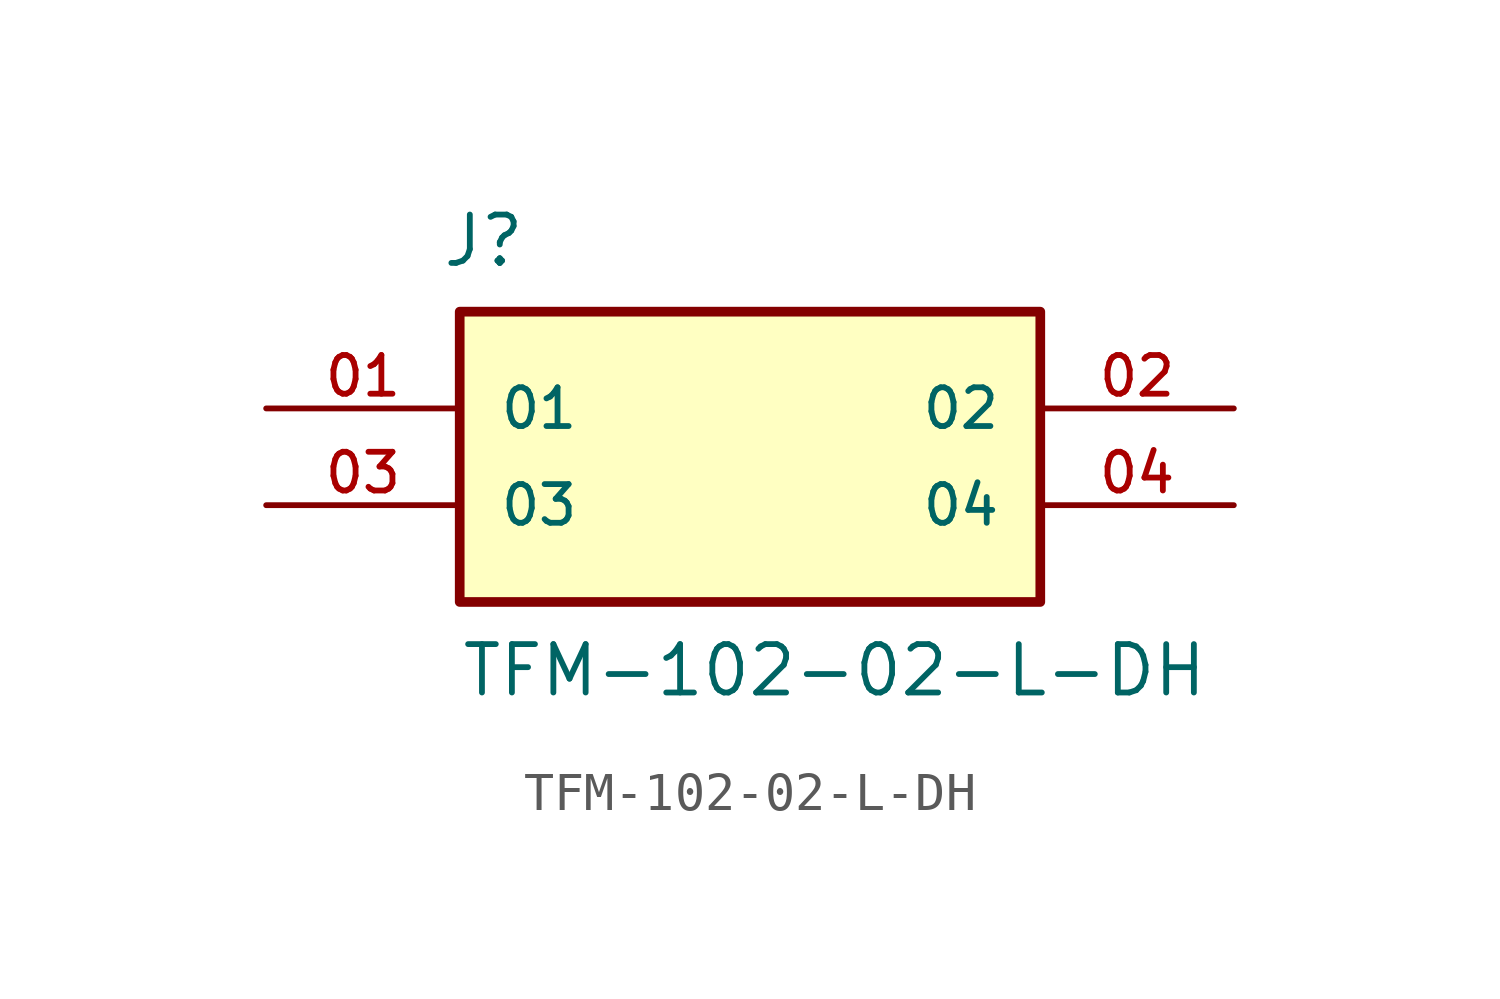
<source format=kicad_sym>
(kicad_symbol_lib
  (version 20211014)
  (generator kicad_symbol_editor)
  (symbol "TFM-102-02-L-DH"
    (pin_names
      (offset 1.016))
    (property "Reference" "J"
      (at -8.12 3.656 0)
      (effects (font (size 1.27 1.27)) (justify bottom left)))
    (property "Value" "TFM-102-02-L-DH"
      (at -7.62 -7.62 0)
      (effects (font (size 1.27 1.27)) (justify bottom left)))
    (symbol "TFM-102-02-L-DH_0_0"
      (rectangle (start -7.62 -5.08) (end 7.62 2.54) (stroke (width 0.254)) (fill (type background)))
      (pin passive line (at -12.7 0.0 0) (length 5.08) (name "01" (effects (font (size 1.016 1.016)))) (number "01" (effects (font (size 1.016 1.016)))))
      (pin passive line (at 12.7 0.0 180.0) (length 5.08) (name "02" (effects (font (size 1.016 1.016)))) (number "02" (effects (font (size 1.016 1.016)))))
      (pin passive line (at -12.7 -2.54 0) (length 5.08) (name "03" (effects (font (size 1.016 1.016)))) (number "03" (effects (font (size 1.016 1.016)))))
      (pin passive line (at 12.7 -2.54 180.0) (length 5.08) (name "04" (effects (font (size 1.016 1.016)))) (number "04" (effects (font (size 1.016 1.016))))))))
</source>
